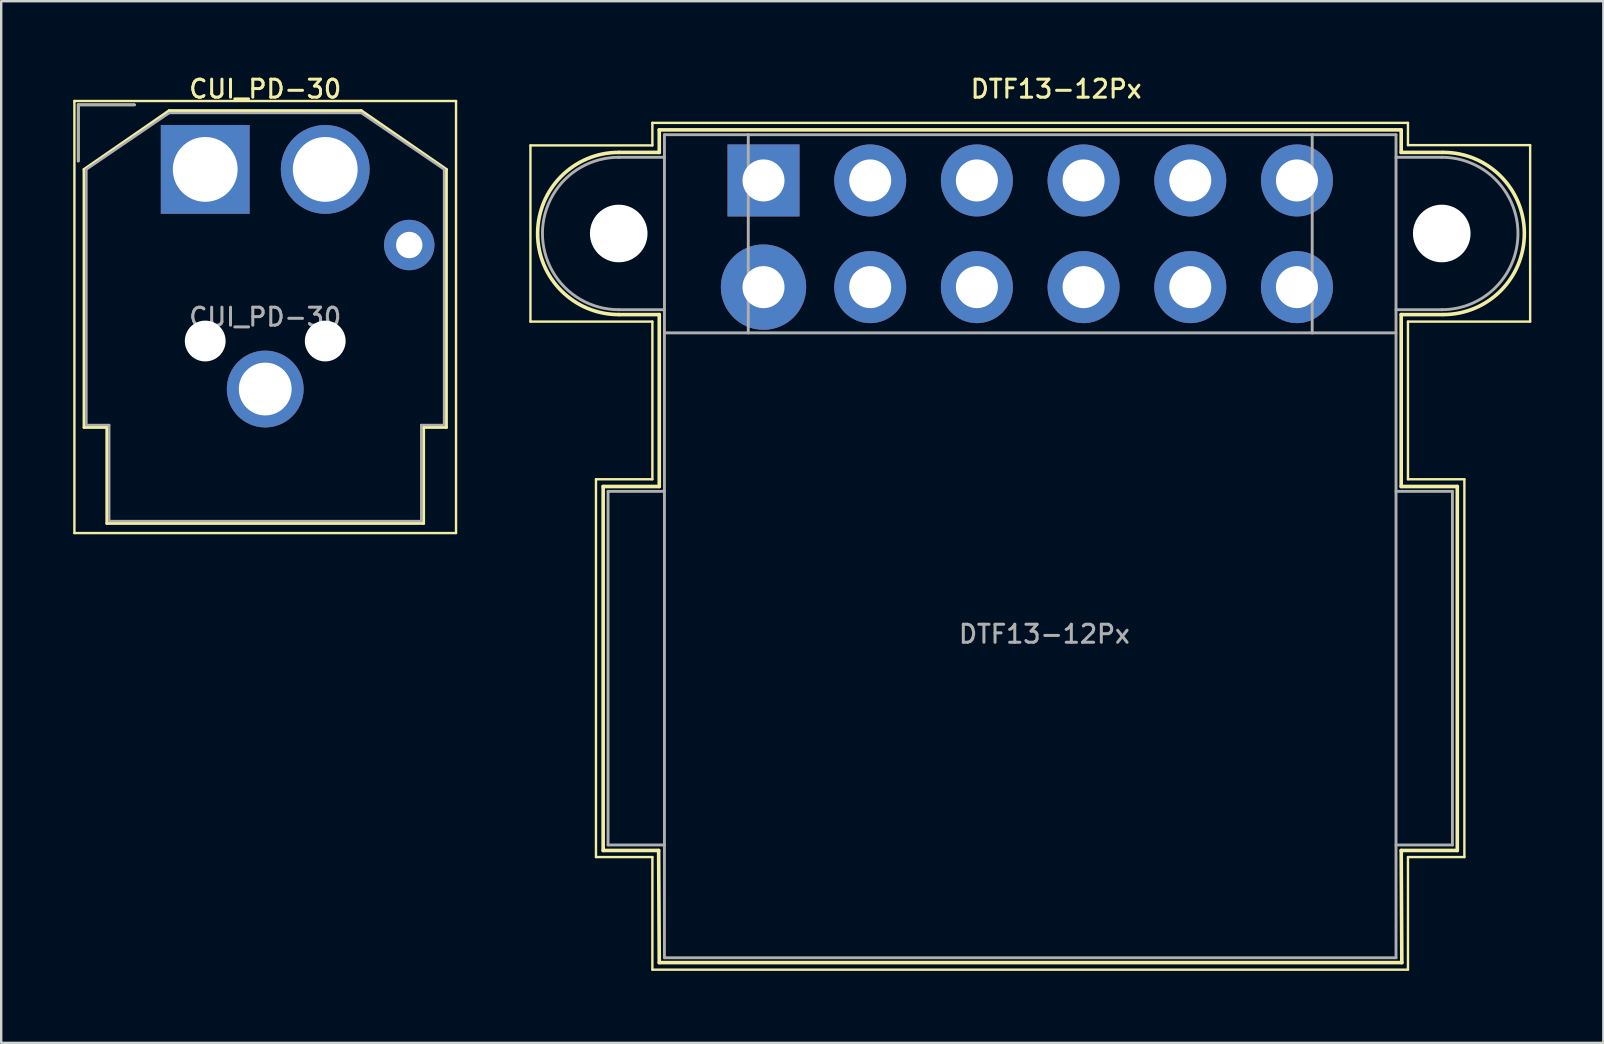
<source format=kicad_pcb>
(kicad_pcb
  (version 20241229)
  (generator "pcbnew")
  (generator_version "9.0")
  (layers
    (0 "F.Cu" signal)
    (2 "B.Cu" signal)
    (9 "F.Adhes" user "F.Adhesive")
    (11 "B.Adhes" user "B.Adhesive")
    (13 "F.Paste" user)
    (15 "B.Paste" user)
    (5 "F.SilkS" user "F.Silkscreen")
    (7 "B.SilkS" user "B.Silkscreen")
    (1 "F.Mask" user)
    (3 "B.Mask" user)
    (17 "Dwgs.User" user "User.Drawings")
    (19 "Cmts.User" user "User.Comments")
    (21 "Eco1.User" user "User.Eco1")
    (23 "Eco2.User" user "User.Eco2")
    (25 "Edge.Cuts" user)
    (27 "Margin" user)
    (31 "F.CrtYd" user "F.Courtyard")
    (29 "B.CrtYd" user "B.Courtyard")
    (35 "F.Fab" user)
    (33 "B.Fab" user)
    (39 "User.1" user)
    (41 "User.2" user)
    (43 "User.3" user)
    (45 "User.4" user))
  (footprint "CUI_PD-30"
    (layer "F.Cu")
    (at 5.5 4.008)
    (property "Reference" "CUI_PD-30" (at 2.5 -3.35 0) (layer "F.SilkS") (effects (font (size 0.75 0.75) (thickness 0.125))))
    (attr through_hole)
    (fp_line (start -5.45 -2.85) (end 10.45 -2.85) (stroke (width 0.1) (type solid)) (layer "F.SilkS"))
    (fp_line (start -5.45 15.15) (end -5.45 -2.85) (stroke (width 0.1) (type solid)) (layer "F.SilkS"))
    (fp_line (start -5.29 -2.69) (end -2.95 -2.69) (stroke (width 0.12) (type solid)) (layer "F.SilkS"))
    (fp_line (start -5.29 -0.35) (end -5.29 -2.69) (stroke (width 0.12) (type solid)) (layer "F.SilkS"))
    (fp_line (start -5.05 0) (end -1.5 -2.45) (stroke (width 0.12) (type solid)) (layer "F.SilkS"))
    (fp_line (start -5.05 10.75) (end -5.05 0) (stroke (width 0.12) (type solid)) (layer "F.SilkS"))
    (fp_line (start -4.1 10.75) (end -5.05 10.75) (stroke (width 0.12) (type solid)) (layer "F.SilkS"))
    (fp_line (start -4.1 14.75) (end -4.1 10.75) (stroke (width 0.12) (type solid)) (layer "F.SilkS"))
    (fp_line (start -1.5 -2.45) (end 6.5 -2.45) (stroke (width 0.12) (type solid)) (layer "F.SilkS"))
    (fp_line (start 6.5 -2.45) (end 10.05 0) (stroke (width 0.12) (type solid)) (layer "F.SilkS"))
    (fp_line (start 9.1 10.75) (end 9.1 14.75) (stroke (width 0.12) (type solid)) (layer "F.SilkS"))
    (fp_line (start 9.1 14.75) (end -4.1 14.75) (stroke (width 0.12) (type solid)) (layer "F.SilkS"))
    (fp_line (start 10.05 0) (end 10.05 10.75) (stroke (width 0.12) (type solid)) (layer "F.SilkS"))
    (fp_line (start 10.05 10.75) (end 9.1 10.75) (stroke (width 0.12) (type solid)) (layer "F.SilkS"))
    (fp_line (start 10.45 -2.85) (end 10.45 15.15) (stroke (width 0.1) (type solid)) (layer "F.SilkS"))
    (fp_line (start 10.45 15.15) (end -5.45 15.15) (stroke (width 0.1) (type solid)) (layer "F.SilkS"))
    (fp_line (start -5.29 -2.69) (end -2.95 -2.69) (stroke (width 0.1) (type solid)) (layer "F.Fab"))
    (fp_line (start -5.29 -0.35) (end -5.29 -2.69) (stroke (width 0.1) (type solid)) (layer "F.Fab"))
    (fp_line (start -4.95 0) (end -1.5 -2.35) (stroke (width 0.1) (type solid)) (layer "F.Fab"))
    (fp_line (start -4.95 10.65) (end -4.95 0) (stroke (width 0.1) (type solid)) (layer "F.Fab"))
    (fp_line (start -4 10.65) (end -4.95 10.65) (stroke (width 0.1) (type solid)) (layer "F.Fab"))
    (fp_line (start -4 14.65) (end -4 10.65) (stroke (width 0.1) (type solid)) (layer "F.Fab"))
    (fp_line (start -1.5 -2.35) (end 6.5 -2.35) (stroke (width 0.1) (type solid)) (layer "F.Fab"))
    (fp_line (start 6.5 -2.35) (end 9.95 0) (stroke (width 0.1) (type solid)) (layer "F.Fab"))
    (fp_line (start 9 10.65) (end 9 14.65) (stroke (width 0.1) (type solid)) (layer "F.Fab"))
    (fp_line (start 9 14.65) (end -4 14.65) (stroke (width 0.1) (type solid)) (layer "F.Fab"))
    (fp_line (start 9.95 0) (end 9.95 10.65) (stroke (width 0.1) (type solid)) (layer "F.Fab"))
    (fp_line (start 9.95 10.65) (end 9 10.65) (stroke (width 0.1) (type solid)) (layer "F.Fab"))
    (fp_text user "${REFERENCE}" (at 2.5 6.15 0) (layer "F.Fab") (effects (font (size 0.75 0.75) (thickness 0.125))))
    (pad "" np_thru_hole circle (at 0 7.15 180) (size 1.7 1.7) (drill 1.7) (layers "*.Cu" "*.Mask"))
    (pad "" np_thru_hole circle (at 5 7.15 180) (size 1.7 1.7) (drill 1.7) (layers "*.Cu" "*.Mask"))
    (pad "1" thru_hole rect (at 0 0 180) (size 3.7 3.7) (drill 2.7) (layers "*.Cu" "*.Mask"))
    (pad "2" thru_hole circle (at 5 0 180) (size 3.7 3.7) (drill 2.7) (layers "*.Cu" "*.Mask"))
    (pad "3" thru_hole circle (at 8.5 3.15 180) (size 2.1 2.1) (drill 1.1) (layers "*.Cu" "*.Mask"))
    (pad "4" thru_hole circle (at 2.5 9.15 180) (size 3.2 3.2) (drill 2.2) (layers "*.Cu" "*.Mask")))
  (footprint "DTF13-12Px"
    (layer "F.Cu")
    (at 28.76 4.468)
    (property "Reference" "DTF13-12Px" (at 12.192 -3.81 0) (layer "F.SilkS") (effects (font (size 0.75 0.75) (thickness 0.125))))
    (attr through_hole)
    (fp_line (start -9.71 -1.46) (end -4.63 -1.46) (stroke (width 0.1) (type solid)) (layer "F.SilkS"))
    (fp_line (start -9.71 5.88) (end -9.71 -1.46) (stroke (width 0.1) (type solid)) (layer "F.SilkS"))
    (fp_line (start -9.71 5.88) (end -4.63 5.88) (stroke (width 0.1) (type solid)) (layer "F.SilkS"))
    (fp_line (start -6.98 12.45) (end -4.63 12.45) (stroke (width 0.1) (type solid)) (layer "F.SilkS"))
    (fp_line (start -6.98 28.19) (end -6.98 12.45) (stroke (width 0.1) (type solid)) (layer "F.SilkS"))
    (fp_line (start -6.98 28.19) (end -4.63 28.19) (stroke (width 0.1) (type solid)) (layer "F.SilkS"))
    (fp_line (start -6.68 12.751) (end -4.343 12.751) (stroke (width 0.15) (type solid)) (layer "F.SilkS"))
    (fp_line (start -6.68 27.915) (end -6.68 12.751) (stroke (width 0.15) (type solid)) (layer "F.SilkS"))
    (fp_line (start -6.02 -1.168) (end -4.343 -1.168) (stroke (width 0.15) (type solid)) (layer "F.SilkS"))
    (fp_line (start -4.63 -2.4) (end 26.85 -2.4) (stroke (width 0.1) (type solid)) (layer "F.SilkS"))
    (fp_line (start -4.63 -1.46) (end -4.63 -2.4) (stroke (width 0.1) (type solid)) (layer "F.SilkS"))
    (fp_line (start -4.63 12.45) (end -4.63 5.88) (stroke (width 0.1) (type solid)) (layer "F.SilkS"))
    (fp_line (start -4.63 32.88) (end -4.63 28.19) (stroke (width 0.1) (type solid)) (layer "F.SilkS"))
    (fp_line (start -4.63 32.88) (end 26.85 32.88) (stroke (width 0.1) (type solid)) (layer "F.SilkS"))
    (fp_line (start -4.369 27.915) (end -6.68 27.915) (stroke (width 0.15) (type solid)) (layer "F.SilkS"))
    (fp_line (start -4.343 -2.108) (end 26.568 -2.108) (stroke (width 0.15) (type solid)) (layer "F.SilkS"))
    (fp_line (start -4.343 -1.168) (end -4.343 -2.108) (stroke (width 0.15) (type solid)) (layer "F.SilkS"))
    (fp_line (start -4.343 5.588) (end -6.02 5.588) (stroke (width 0.15) (type solid)) (layer "F.SilkS"))
    (fp_line (start -4.343 12.751) (end -4.343 5.588) (stroke (width 0.15) (type solid)) (layer "F.SilkS"))
    (fp_line (start -4.343 32.588) (end -4.369 27.915) (stroke (width 0.15) (type solid)) (layer "F.SilkS"))
    (fp_line (start 26.568 -1.168) (end 26.568 -2.108) (stroke (width 0.15) (type solid)) (layer "F.SilkS"))
    (fp_line (start 26.568 5.588) (end 26.568 12.751) (stroke (width 0.15) (type solid)) (layer "F.SilkS"))
    (fp_line (start 26.568 12.751) (end 28.905 12.751) (stroke (width 0.15) (type solid)) (layer "F.SilkS"))
    (fp_line (start 26.568 27.915) (end 26.594 32.588) (stroke (width 0.15) (type solid)) (layer "F.SilkS"))
    (fp_line (start 26.594 32.588) (end -4.343 32.588) (stroke (width 0.15) (type solid)) (layer "F.SilkS"))
    (fp_line (start 26.85 -1.47) (end 26.85 -2.4) (stroke (width 0.1) (type solid)) (layer "F.SilkS"))
    (fp_line (start 26.85 -1.47) (end 31.94 -1.47) (stroke (width 0.1) (type solid)) (layer "F.SilkS"))
    (fp_line (start 26.85 5.88) (end 26.85 12.45) (stroke (width 0.1) (type solid)) (layer "F.SilkS"))
    (fp_line (start 26.85 5.88) (end 31.94 5.88) (stroke (width 0.1) (type solid)) (layer "F.SilkS"))
    (fp_line (start 26.85 12.45) (end 29.2 12.45) (stroke (width 0.1) (type solid)) (layer "F.SilkS"))
    (fp_line (start 26.85 28.19) (end 26.85 32.88) (stroke (width 0.1) (type solid)) (layer "F.SilkS"))
    (fp_line (start 26.85 28.19) (end 29.2 28.19) (stroke (width 0.1) (type solid)) (layer "F.SilkS"))
    (fp_line (start 28.296 -1.168) (end 26.568 -1.168) (stroke (width 0.15) (type solid)) (layer "F.SilkS"))
    (fp_line (start 28.296 5.588) (end 26.568 5.588) (stroke (width 0.15) (type solid)) (layer "F.SilkS"))
    (fp_line (start 28.905 27.915) (end 26.568 27.915) (stroke (width 0.15) (type solid)) (layer "F.SilkS"))
    (fp_line (start 28.905 27.915) (end 28.905 12.751) (stroke (width 0.15) (type solid)) (layer "F.SilkS"))
    (fp_line (start 29.2 12.45) (end 29.2 28.19) (stroke (width 0.1) (type solid)) (layer "F.SilkS"))
    (fp_line (start 31.94 -1.47) (end 31.94 5.88) (stroke (width 0.1) (type solid)) (layer "F.SilkS"))
    (fp_arc (start -6.0325 5.588) (mid -9.4107 2.2098) (end -6.0325 -1.1684) (stroke (width 0.15) (type solid)) (layer "F.SilkS"))
    (fp_arc (start 28.321 -1.1684) (mid 31.6992 2.2098) (end 28.321 5.588) (stroke (width 0.15) (type solid)) (layer "F.SilkS"))
    (fp_line (start -6.477 12.954) (end -6.477 27.686) (stroke (width 0.12) (type solid)) (layer "F.Fab"))
    (fp_line (start -6.477 27.686) (end -4.128 27.686) (stroke (width 0.12) (type solid)) (layer "F.Fab"))
    (fp_line (start -6.032 -0.965) (end -4.128 -0.965) (stroke (width 0.12) (type solid)) (layer "F.Fab"))
    (fp_line (start -6.032 5.385) (end -4.128 5.385) (stroke (width 0.12) (type solid)) (layer "F.Fab"))
    (fp_line (start -4.128 -1.905) (end -4.128 32.385) (stroke (width 0.12) (type solid)) (layer "F.Fab"))
    (fp_line (start -4.128 12.954) (end -6.477 12.954) (stroke (width 0.12) (type solid)) (layer "F.Fab"))
    (fp_line (start -0.635 -1.905) (end -4.128 -1.905) (stroke (width 0.12) (type solid)) (layer "F.Fab"))
    (fp_line (start -0.635 -1.905) (end -0.635 6.35) (stroke (width 0.12) (type solid)) (layer "F.Fab"))
    (fp_line (start -0.635 -1.905) (end 22.86 -1.905) (stroke (width 0.12) (type solid)) (layer "F.Fab"))
    (fp_line (start -0.635 6.35) (end -4.128 6.35) (stroke (width 0.12) (type solid)) (layer "F.Fab"))
    (fp_line (start -0.635 6.35) (end 22.86 6.35) (stroke (width 0.12) (type solid)) (layer "F.Fab"))
    (fp_line (start 22.86 -1.905) (end 22.86 6.35) (stroke (width 0.12) (type solid)) (layer "F.Fab"))
    (fp_line (start 22.86 -1.905) (end 26.352 -1.905) (stroke (width 0.12) (type solid)) (layer "F.Fab"))
    (fp_line (start 22.86 6.35) (end 26.352 6.35) (stroke (width 0.12) (type solid)) (layer "F.Fab"))
    (fp_line (start 26.352 -1.905) (end 26.352 32.385) (stroke (width 0.12) (type solid)) (layer "F.Fab"))
    (fp_line (start 26.352 12.954) (end 28.702 12.954) (stroke (width 0.12) (type solid)) (layer "F.Fab"))
    (fp_line (start 26.352 32.385) (end -4.128 32.385) (stroke (width 0.12) (type solid)) (layer "F.Fab"))
    (fp_line (start 28.258 -0.965) (end 26.352 -0.965) (stroke (width 0.12) (type solid)) (layer "F.Fab"))
    (fp_line (start 28.258 5.385) (end 26.352 5.385) (stroke (width 0.12) (type solid)) (layer "F.Fab"))
    (fp_line (start 28.702 12.954) (end 28.702 27.686) (stroke (width 0.12) (type solid)) (layer "F.Fab"))
    (fp_line (start 28.702 27.686) (end 26.352 27.686) (stroke (width 0.12) (type solid)) (layer "F.Fab"))
    (fp_arc (start -6.0325 5.3848) (mid -9.207456 2.193176) (end -5.999252 -0.965026) (stroke (width 0.12) (type solid)) (layer "F.Fab"))
    (fp_arc (start 28.2575 -0.9652) (mid 31.4325 2.2098) (end 28.2575 5.3848) (stroke (width 0.12) (type solid)) (layer "F.Fab"))
    (fp_text user "${REFERENCE}" (at 11.7 18.9 0) (layer "F.Fab") (effects (font (size 0.75 0.75) (thickness 0.125))))
    (pad "" np_thru_hole circle (at -6.032 2.21) (size 2.4 2.4) (drill 2.4) (layers "*.Cu" "*.Mask"))
    (pad "" np_thru_hole circle (at 28.258 2.21) (size 2.4 2.4) (drill 2.4) (layers "*.Cu" "*.Mask"))
    (pad "1" thru_hole rect (at 0 0) (size 3 3) (drill 1.75) (layers "*.Cu" "*.Mask"))
    (pad "2" thru_hole circle (at 4.445 0) (size 3 3) (drill 1.75) (layers "*.Cu" "*.Mask"))
    (pad "3" thru_hole circle (at 8.89 0) (size 3 3) (drill 1.75) (layers "*.Cu" "*.Mask"))
    (pad "4" thru_hole circle (at 13.335 0) (size 3 3) (drill 1.75) (layers "*.Cu" "*.Mask"))
    (pad "5" thru_hole circle (at 17.78 0) (size 3 3) (drill 1.75) (layers "*.Cu" "*.Mask"))
    (pad "6" thru_hole circle (at 22.225 0) (size 3 3) (drill 1.75) (layers "*.Cu" "*.Mask"))
    (pad "7" thru_hole circle (at 22.225 4.445) (size 3 3) (drill 1.75) (layers "*.Cu" "*.Mask"))
    (pad "8" thru_hole circle (at 17.78 4.445) (size 3 3) (drill 1.75) (layers "*.Cu" "*.Mask"))
    (pad "9" thru_hole circle (at 13.335 4.445) (size 3 3) (drill 1.75) (layers "*.Cu" "*.Mask"))
    (pad "10" thru_hole circle (at 8.89 4.445) (size 3 3) (drill 1.75) (layers "*.Cu" "*.Mask"))
    (pad "11" thru_hole circle (at 4.445 4.445) (size 3 3) (drill 1.75) (layers "*.Cu" "*.Mask"))
    (pad "12" thru_hole circle (at 0 4.445) (size 3.556 3.556) (drill 1.75) (layers "*.Cu" "*.Mask")))
  (gr_rect
    (start -3 -3)
    (end 63.75 40.398)
    (stroke (width 0.1) (type default))
    (fill no)
    (layer "Edge.Cuts")))
</source>
